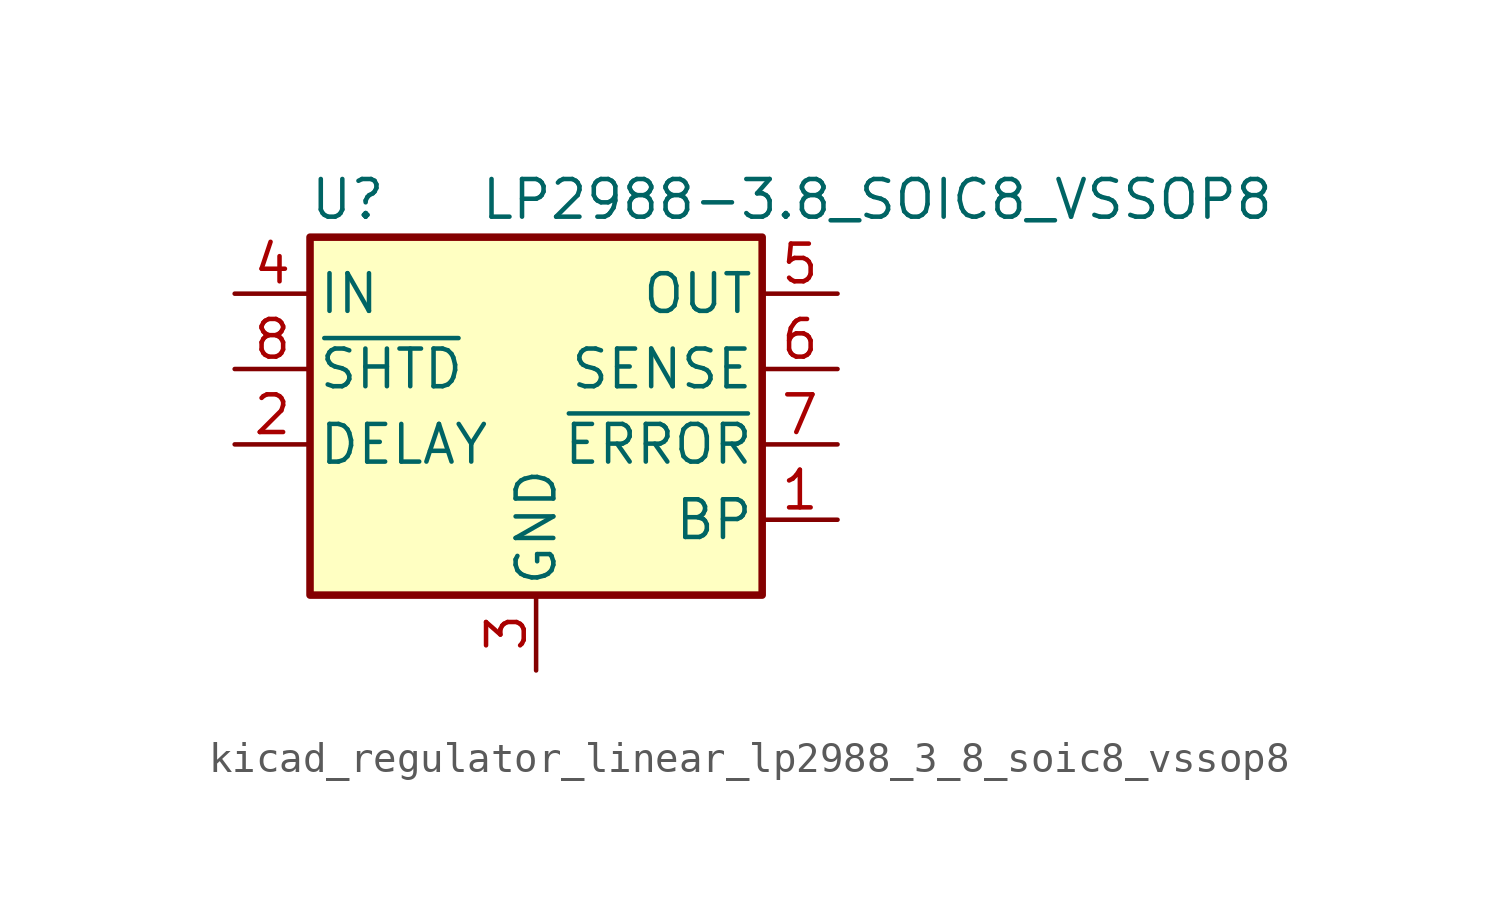
<source format=kicad_sym>
(kicad_symbol_lib
  (version 20220914)
  (generator kicad_symbol_editor)
  (symbol "kicad_regulator_linear_lp2988_3_8_soic8_vssop8"
    (pin_names
      (offset 0.254))
    (property "Reference" "U"
      (at -6.35 5.715 0)
      (effects (font (size 1.27 1.27))))
    (property "Value" "LP2988-3.8_SOIC8_VSSOP8"
      (at -1.905 5.715 0)
      (effects (font (size 1.27 1.27)) (justify left)))
    (symbol "kicad_regulator_linear_lp2988_3_8_soic8_vssop8_0_1"
      (rectangle (start -7.62 4.445) (end 7.62 -7.62) (stroke (width 0.254) (type default)) (fill (type background))))
    (symbol "kicad_regulator_linear_lp2988_3_8_soic8_vssop8_1_1"
      (pin passive line (at 10.16 -5.08 180) (length 2.54) (name "BP" (effects (font (size 1.27 1.27)))) (number "1" (effects (font (size 1.27 1.27)))))
      (pin passive line (at -10.16 -2.54 0) (length 2.54) (name "DELAY" (effects (font (size 1.27 1.27)))) (number "2" (effects (font (size 1.27 1.27)))))
      (pin power_in line (at 0 -10.16 90) (length 2.54) (name "GND" (effects (font (size 1.27 1.27)))) (number "3" (effects (font (size 1.27 1.27)))))
      (pin power_in line (at -10.16 2.54 0) (length 2.54) (name "IN" (effects (font (size 1.27 1.27)))) (number "4" (effects (font (size 1.27 1.27)))))
      (pin power_out line (at 10.16 2.54 180) (length 2.54) (name "OUT" (effects (font (size 1.27 1.27)))) (number "5" (effects (font (size 1.27 1.27)))))
      (pin input line (at 10.16 0 180) (length 2.54) (name "SENSE" (effects (font (size 1.27 1.27)))) (number "6" (effects (font (size 1.27 1.27)))))
      (pin output line (at 10.16 -2.54 180) (length 2.54) (name "~{ERROR}" (effects (font (size 1.27 1.27)))) (number "7" (effects (font (size 1.27 1.27)))))
      (pin input line (at -10.16 0 0) (length 2.54) (name "~{SHTD}" (effects (font (size 1.27 1.27)))) (number "8" (effects (font (size 1.27 1.27))))))))
</source>
